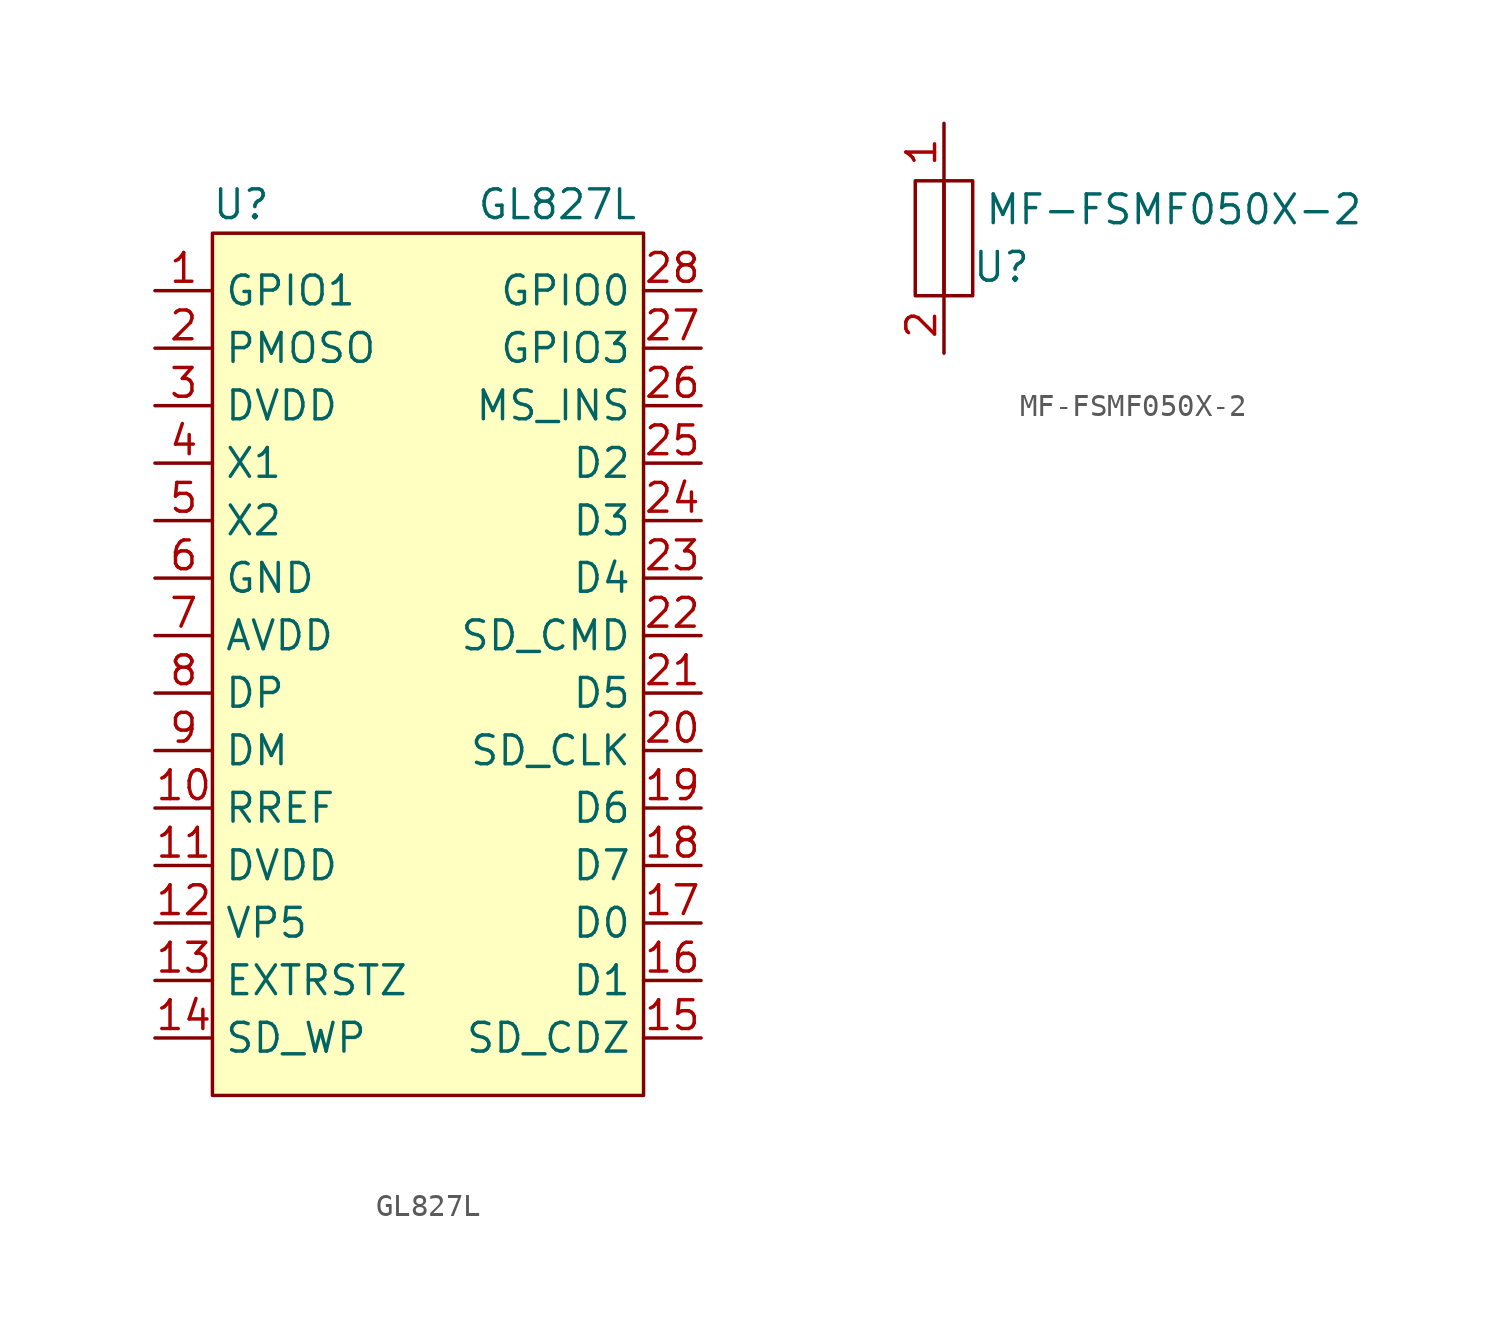
<source format=kicad_sym>
(kicad_symbol_lib
  (version 20211014)
  (generator kicad_symbol_editor)
  (symbol "GL827L"
    (property "Reference" "U"
      (at -7.62 11.43 0)
      (effects (font (size 1.27 1.27))))
    (property "Value" "GL827L"
      (at 6.35 11.43 0)
      (effects (font (size 1.27 1.27))))
    (symbol "GL827L_0_1"
      (rectangle (start -8.89 10.16) (end 10.16 -27.94) (stroke (width 0) (type default) (color 0 0 0 0)) (fill (type background))))
    (symbol "GL827L_1_1"
      (pin bidirectional line (at -11.43 7.62 0) (length 2.54) (name "GPIO1" (effects (font (size 1.27 1.27)))) (number "1" (effects (font (size 1.27 1.27)))))
      (pin output line (at -11.43 -15.24 0) (length 2.54) (name "RREF" (effects (font (size 1.27 1.27)))) (number "10" (effects (font (size 1.27 1.27)))))
      (pin input line (at -11.43 -17.78 0) (length 2.54) (name "DVDD" (effects (font (size 1.27 1.27)))) (number "11" (effects (font (size 1.27 1.27)))))
      (pin input line (at -11.43 -20.32 0) (length 2.54) (name "VP5" (effects (font (size 1.27 1.27)))) (number "12" (effects (font (size 1.27 1.27)))))
      (pin output line (at -11.43 -22.86 0) (length 2.54) (name "EXTRSTZ" (effects (font (size 1.27 1.27)))) (number "13" (effects (font (size 1.27 1.27)))))
      (pin input line (at -11.43 -25.4 0) (length 2.54) (name "SD_WP" (effects (font (size 1.27 1.27)))) (number "14" (effects (font (size 1.27 1.27)))))
      (pin input line (at 12.7 -25.4 180) (length 2.54) (name "SD_CDZ" (effects (font (size 1.27 1.27)))) (number "15" (effects (font (size 1.27 1.27)))))
      (pin input line (at 12.7 -22.86 180) (length 2.54) (name "D1" (effects (font (size 1.27 1.27)))) (number "16" (effects (font (size 1.27 1.27)))))
      (pin input line (at 12.7 -20.32 180) (length 2.54) (name "D0" (effects (font (size 1.27 1.27)))) (number "17" (effects (font (size 1.27 1.27)))))
      (pin input line (at 12.7 -17.78 180) (length 2.54) (name "D7" (effects (font (size 1.27 1.27)))) (number "18" (effects (font (size 1.27 1.27)))))
      (pin input line (at 12.7 -15.24 180) (length 2.54) (name "D6" (effects (font (size 1.27 1.27)))) (number "19" (effects (font (size 1.27 1.27)))))
      (pin input line (at -11.43 5.08 0) (length 2.54) (name "PMOSO" (effects (font (size 1.27 1.27)))) (number "2" (effects (font (size 1.27 1.27)))))
      (pin output line (at 12.7 -12.7 180) (length 2.54) (name "SD_CLK" (effects (font (size 1.27 1.27)))) (number "20" (effects (font (size 1.27 1.27)))))
      (pin input line (at 12.7 -10.16 180) (length 2.54) (name "D5" (effects (font (size 1.27 1.27)))) (number "21" (effects (font (size 1.27 1.27)))))
      (pin output line (at 12.7 -7.62 180) (length 2.54) (name "SD_CMD" (effects (font (size 1.27 1.27)))) (number "22" (effects (font (size 1.27 1.27)))))
      (pin input line (at 12.7 -5.08 180) (length 2.54) (name "D4" (effects (font (size 1.27 1.27)))) (number "23" (effects (font (size 1.27 1.27)))))
      (pin input line (at 12.7 -2.54 180) (length 2.54) (name "D3" (effects (font (size 1.27 1.27)))) (number "24" (effects (font (size 1.27 1.27)))))
      (pin input line (at 12.7 0 180) (length 2.54) (name "D2" (effects (font (size 1.27 1.27)))) (number "25" (effects (font (size 1.27 1.27)))))
      (pin output line (at 12.7 2.54 180) (length 2.54) (name "MS_INS" (effects (font (size 1.27 1.27)))) (number "26" (effects (font (size 1.27 1.27)))))
      (pin bidirectional line (at 12.7 5.08 180) (length 2.54) (name "GPIO3" (effects (font (size 1.27 1.27)))) (number "27" (effects (font (size 1.27 1.27)))))
      (pin bidirectional line (at 12.7 7.62 180) (length 2.54) (name "GPIO0" (effects (font (size 1.27 1.27)))) (number "28" (effects (font (size 1.27 1.27)))))
      (pin input line (at -11.43 2.54 0) (length 2.54) (name "DVDD" (effects (font (size 1.27 1.27)))) (number "3" (effects (font (size 1.27 1.27)))))
      (pin output line (at -11.43 0 0) (length 2.54) (name "X1" (effects (font (size 1.27 1.27)))) (number "4" (effects (font (size 1.27 1.27)))))
      (pin output line (at -11.43 -2.54 0) (length 2.54) (name "X2" (effects (font (size 1.27 1.27)))) (number "5" (effects (font (size 1.27 1.27)))))
      (pin power_out line (at -11.43 -5.08 0) (length 2.54) (name "GND" (effects (font (size 1.27 1.27)))) (number "6" (effects (font (size 1.27 1.27)))))
      (pin power_in line (at -11.43 -7.62 0) (length 2.54) (name "AVDD" (effects (font (size 1.27 1.27)))) (number "7" (effects (font (size 1.27 1.27)))))
      (pin output line (at -11.43 -10.16 0) (length 2.54) (name "DP" (effects (font (size 1.27 1.27)))) (number "8" (effects (font (size 1.27 1.27)))))
      (pin output line (at -11.43 -12.7 0) (length 2.54) (name "DM" (effects (font (size 1.27 1.27)))) (number "9" (effects (font (size 1.27 1.27)))))))
  (symbol "MF-FSMF050X-2"
    (property "Reference" "U"
      (at 2.54 -1.27 0)
      (effects (font (size 1.27 1.27))))
    (property "Value" "MF-FSMF050X-2"
      (at 10.16 1.27 0)
      (effects (font (size 1.27 1.27))))
    (symbol "MF-FSMF050X-2_0_1"
      (rectangle (start -1.27 2.54) (end 0 -2.54) (stroke (width 0) (type default) (color 0 0 0 0)) (fill (type none)))
      (rectangle (start 0 -2.54) (end 1.27 2.54) (stroke (width 0) (type default) (color 0 0 0 0)) (fill (type none))))
    (symbol "MF-FSMF050X-2_1_1"
      (pin passive line (at 0 5.08 270) (length 2.54) (name "" (effects (font (size 1.27 1.27)))) (number "1" (effects (font (size 1.27 1.27)))))
      (pin passive line (at 0 -5.08 90) (length 2.54) (name "" (effects (font (size 1.27 1.27)))) (number "2" (effects (font (size 1.27 1.27))))))))
</source>
